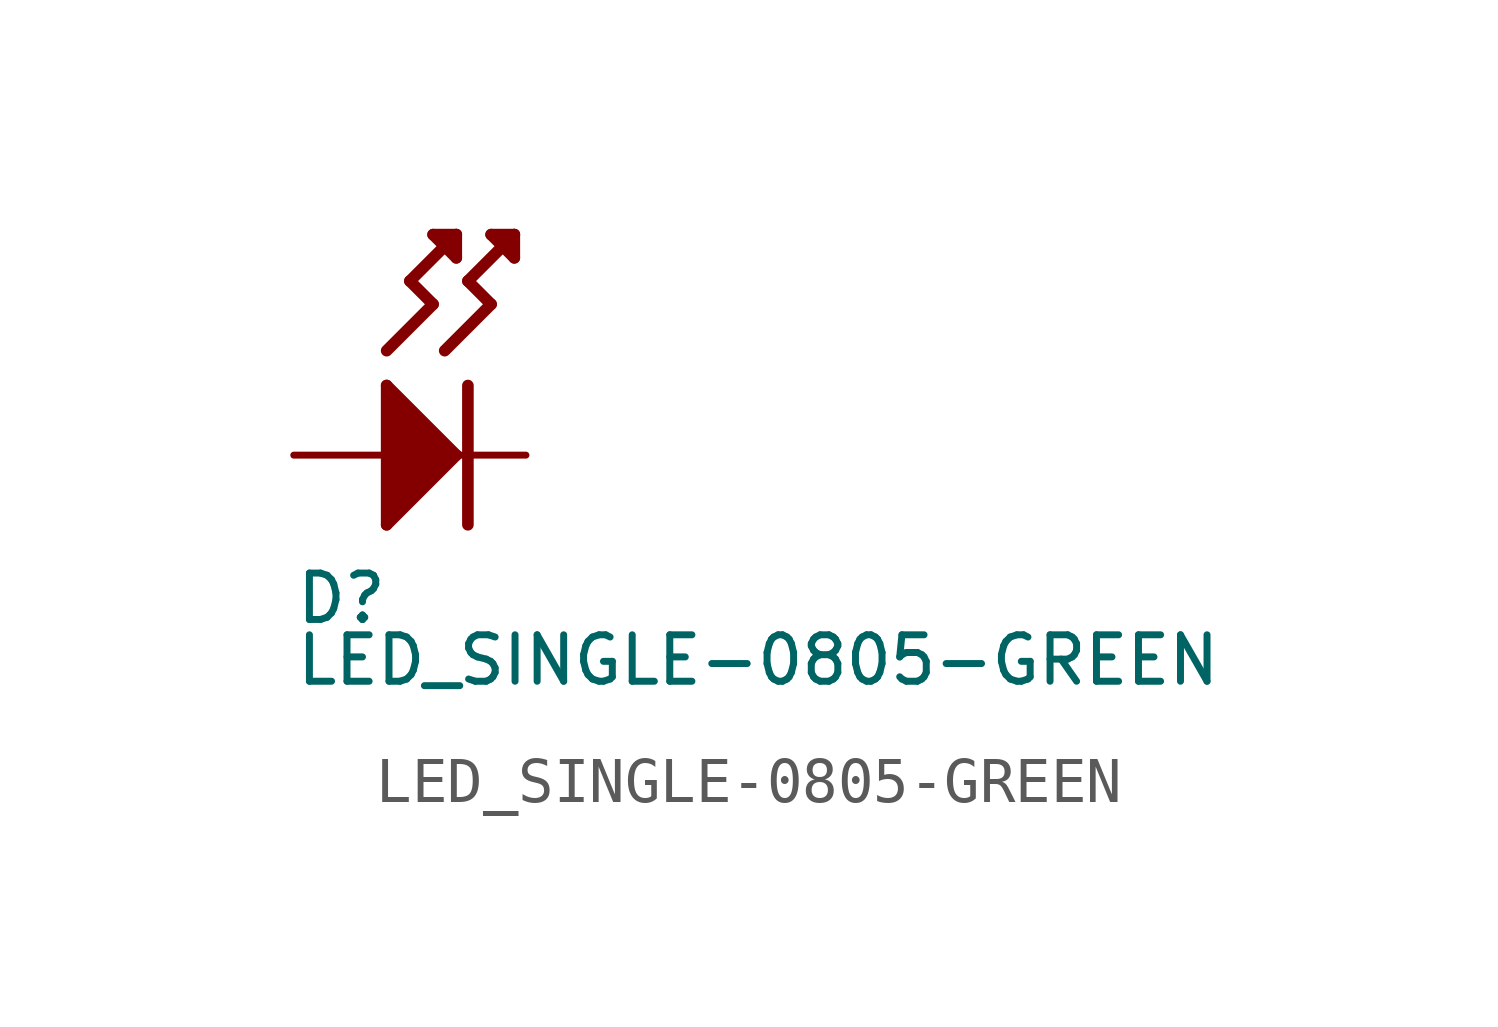
<source format=kicad_sym>
(kicad_symbol_lib
  (version 20211014)
  (generator kicad_symbol_editor)
  (symbol "LED_SINGLE-0805-GREEN"
    (property "Reference" "D"
      (at -2.54 -2.54 0)
      (effects (font (size 1.016 1.016)) (justify left top)))
    (property "Value" "LED_SINGLE-0805-GREEN"
      (at -2.54 -5.08 0)
      (effects (font (size 1.016 1.016)) (justify left bottom)))
    (property "ki_locked" ""
      (at 0 0 0)
      (effects (font (size 1.27 1.27))))
    (symbol "LED_SINGLE-0805-GREEN_1_0"
      (polyline (pts (xy -0.508 -1.524) (xy -0.508 1.524)) (stroke (width 0.254) (type default) (color 0 0 0 0)) (fill (type none)))
      (polyline (pts (xy -0.508 1.524) (xy 1.016 0)) (stroke (width 0.254) (type default) (color 0 0 0 0)) (fill (type none)))
      (polyline (pts (xy -0.508 2.286) (xy 0.508 3.302)) (stroke (width 0.254) (type default) (color 0 0 0 0)) (fill (type none)))
      (polyline (pts (xy 0 3.81) (xy 1.016 4.826)) (stroke (width 0.254) (type default) (color 0 0 0 0)) (fill (type none)))
      (polyline (pts (xy 0.508 3.302) (xy 0 3.81)) (stroke (width 0.254) (type default) (color 0 0 0 0)) (fill (type none)))
      (polyline (pts (xy 0.508 4.826) (xy 1.016 4.318)) (stroke (width 0.254) (type default) (color 0 0 0 0)) (fill (type none)))
      (polyline (pts (xy 0.762 2.286) (xy 1.778 3.302)) (stroke (width 0.254) (type default) (color 0 0 0 0)) (fill (type none)))
      (polyline (pts (xy 1.016 0) (xy -0.508 -1.524)) (stroke (width 0.254) (type default) (color 0 0 0 0)) (fill (type none)))
      (polyline (pts (xy 1.016 4.318) (xy 1.016 4.826)) (stroke (width 0.254) (type default) (color 0 0 0 0)) (fill (type none)))
      (polyline (pts (xy 1.016 4.826) (xy 0.508 4.826)) (stroke (width 0.254) (type default) (color 0 0 0 0)) (fill (type none)))
      (polyline (pts (xy 1.27 1.524) (xy 1.27 -1.524)) (stroke (width 0.254) (type default) (color 0 0 0 0)) (fill (type none)))
      (polyline (pts (xy 1.27 3.81) (xy 2.286 4.826)) (stroke (width 0.254) (type default) (color 0 0 0 0)) (fill (type none)))
      (polyline (pts (xy 1.778 3.302) (xy 1.27 3.81)) (stroke (width 0.254) (type default) (color 0 0 0 0)) (fill (type none)))
      (polyline (pts (xy 1.778 4.826) (xy 2.286 4.318)) (stroke (width 0.254) (type default) (color 0 0 0 0)) (fill (type none)))
      (polyline (pts (xy 2.286 4.318) (xy 2.286 4.826)) (stroke (width 0.254) (type default) (color 0 0 0 0)) (fill (type none)))
      (polyline (pts (xy 2.286 4.826) (xy 1.778 4.826)) (stroke (width 0.254) (type default) (color 0 0 0 0)) (fill (type none)))
      (polyline (pts (xy -0.508 -1.524) (xy -0.508 1.524) (xy 1.016 0)) (stroke (width 0) (type default) (color 0 0 0 0)) (fill (type outline)))
      (pin power_in line (at -2.54 0 0) (length 2.54) (name "ANODE" (effects (font (size 0 0)))) (number "ANODE" (effects (font (size 0 0)))))
      (pin power_in line (at 2.54 0 180) (length 2.54) (name "CATHODE" (effects (font (size 0 0)))) (number "CATHODE" (effects (font (size 0 0))))))))
</source>
